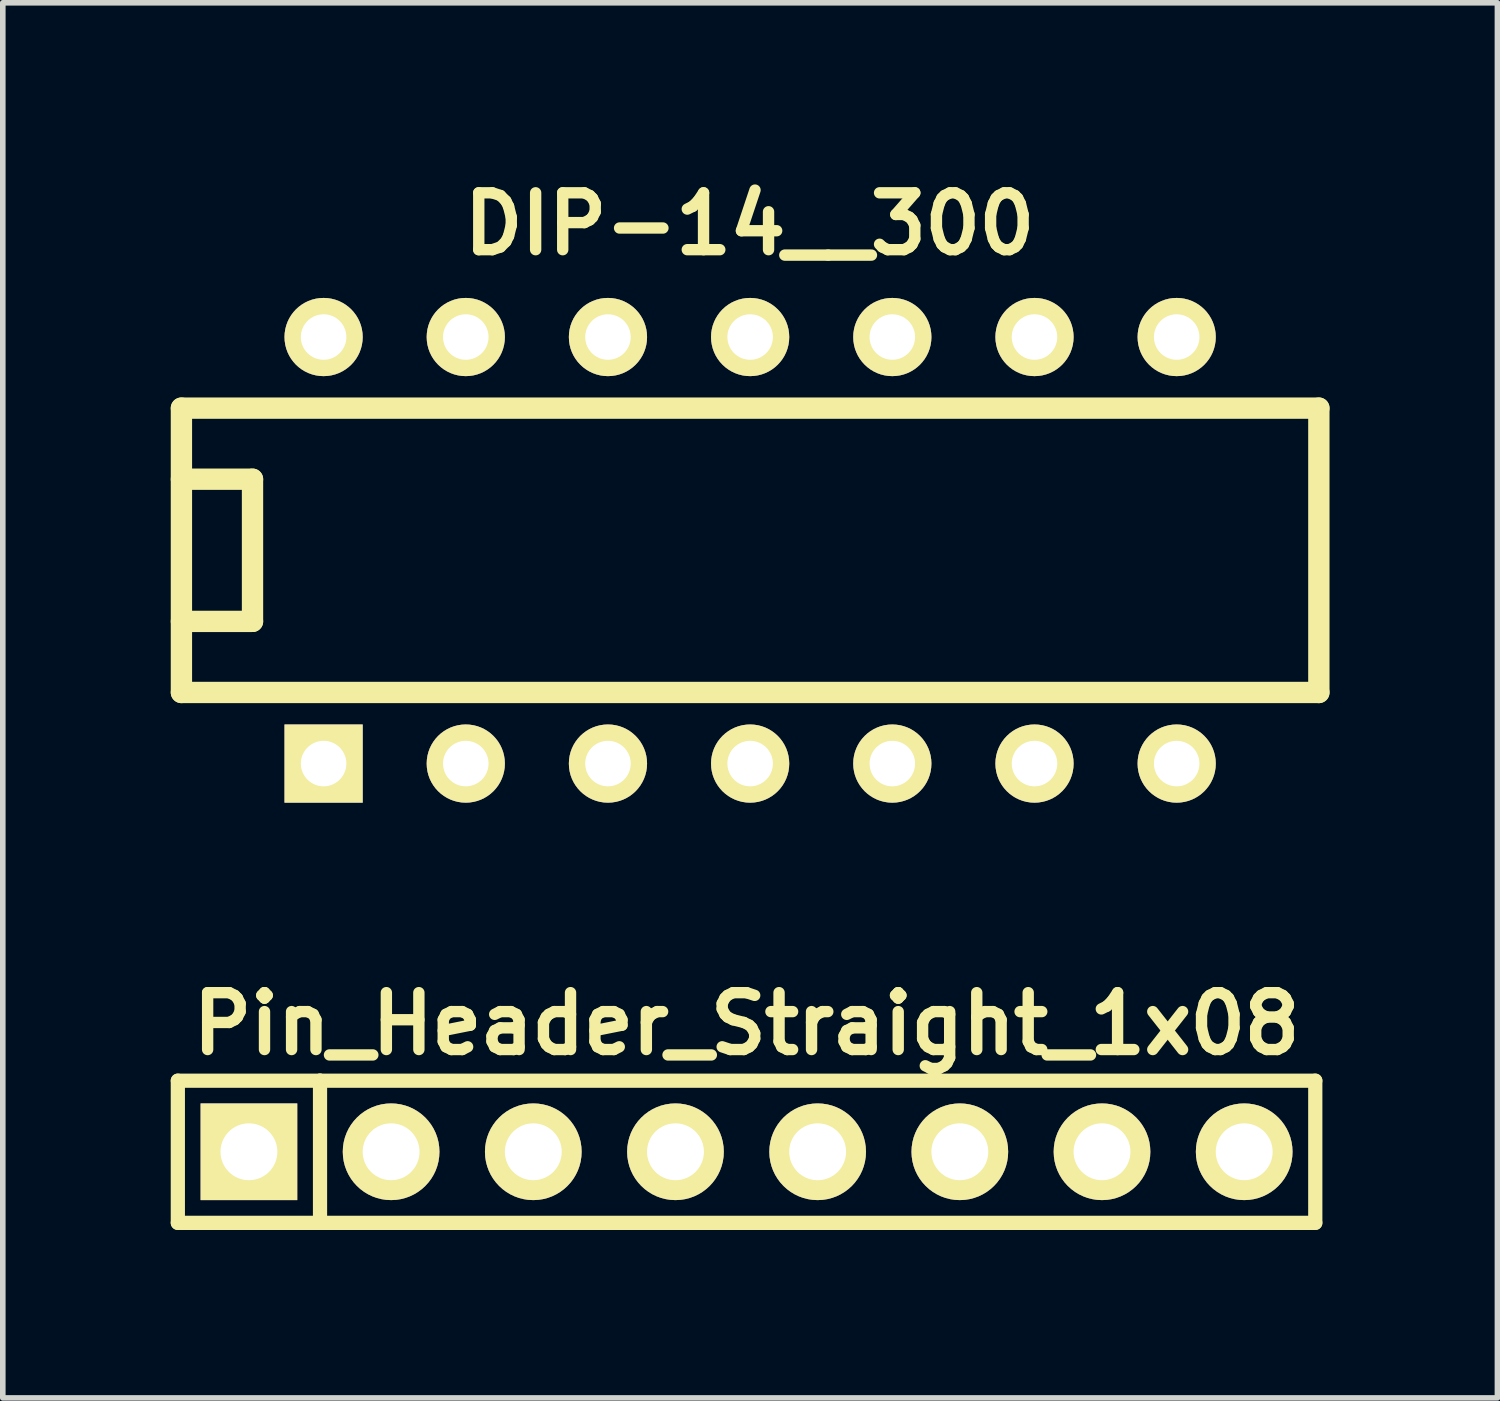
<source format=kicad_pcb>
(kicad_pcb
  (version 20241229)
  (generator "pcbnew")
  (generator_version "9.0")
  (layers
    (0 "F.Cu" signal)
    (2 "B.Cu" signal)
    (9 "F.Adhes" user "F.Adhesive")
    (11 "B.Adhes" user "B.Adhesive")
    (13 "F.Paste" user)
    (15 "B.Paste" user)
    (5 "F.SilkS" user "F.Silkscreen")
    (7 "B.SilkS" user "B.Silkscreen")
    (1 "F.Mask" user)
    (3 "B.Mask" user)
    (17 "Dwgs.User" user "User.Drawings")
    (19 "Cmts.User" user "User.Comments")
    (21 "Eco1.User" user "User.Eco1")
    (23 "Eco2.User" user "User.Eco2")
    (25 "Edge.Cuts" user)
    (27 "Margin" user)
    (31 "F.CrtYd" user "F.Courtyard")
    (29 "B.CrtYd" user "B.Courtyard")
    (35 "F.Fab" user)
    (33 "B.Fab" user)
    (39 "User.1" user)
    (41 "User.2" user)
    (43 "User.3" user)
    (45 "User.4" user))
  (footprint "DIP-14__300"
    (layer "F.Cu")
    (at 10.351 6.781)
    (property "Reference" "DIP-14__300" (at -0.01 -5.83 0) (layer "F.SilkS") (effects (font (size 1.016 1.016) (thickness 0.203))))
    (attr through_hole)
    (fp_line (start -10.16 -2.54) (end 10.16 -2.54) (stroke (width 0.381) (type solid)) (layer "F.SilkS"))
    (fp_line (start -10.16 -1.27) (end -8.89 -1.27) (stroke (width 0.381) (type solid)) (layer "F.SilkS"))
    (fp_line (start -10.16 2.54) (end -10.16 -2.54) (stroke (width 0.381) (type solid)) (layer "F.SilkS"))
    (fp_line (start -8.89 -1.27) (end -8.89 1.27) (stroke (width 0.381) (type solid)) (layer "F.SilkS"))
    (fp_line (start -8.89 1.27) (end -10.16 1.27) (stroke (width 0.381) (type solid)) (layer "F.SilkS"))
    (fp_line (start 10.16 -2.54) (end 10.16 2.54) (stroke (width 0.381) (type solid)) (layer "F.SilkS"))
    (fp_line (start 10.16 2.54) (end -10.16 2.54) (stroke (width 0.381) (type solid)) (layer "F.SilkS"))
    (pad "1" thru_hole rect (at -7.62 3.81) (size 1.397 1.397) (drill 0.813) (layers "*.Cu" "*.Mask" "F.SilkS"))
    (pad "2" thru_hole circle (at -5.08 3.81) (size 1.397 1.397) (drill 0.813) (layers "*.Cu" "*.Mask" "F.SilkS"))
    (pad "3" thru_hole circle (at -2.54 3.81) (size 1.397 1.397) (drill 0.813) (layers "*.Cu" "*.Mask" "F.SilkS"))
    (pad "4" thru_hole circle (at 0 3.81) (size 1.397 1.397) (drill 0.813) (layers "*.Cu" "*.Mask" "F.SilkS"))
    (pad "5" thru_hole circle (at 2.54 3.81) (size 1.397 1.397) (drill 0.813) (layers "*.Cu" "*.Mask" "F.SilkS"))
    (pad "6" thru_hole circle (at 5.08 3.81) (size 1.397 1.397) (drill 0.813) (layers "*.Cu" "*.Mask" "F.SilkS"))
    (pad "7" thru_hole circle (at 7.62 3.81) (size 1.397 1.397) (drill 0.813) (layers "*.Cu" "*.Mask" "F.SilkS"))
    (pad "8" thru_hole circle (at 7.62 -3.81) (size 1.397 1.397) (drill 0.813) (layers "*.Cu" "*.Mask" "F.SilkS"))
    (pad "9" thru_hole circle (at 5.08 -3.81) (size 1.397 1.397) (drill 0.813) (layers "*.Cu" "*.Mask" "F.SilkS"))
    (pad "10" thru_hole circle (at 2.54 -3.81) (size 1.397 1.397) (drill 0.813) (layers "*.Cu" "*.Mask" "F.SilkS"))
    (pad "11" thru_hole circle (at 0 -3.81) (size 1.397 1.397) (drill 0.813) (layers "*.Cu" "*.Mask" "F.SilkS"))
    (pad "12" thru_hole circle (at -2.54 -3.81) (size 1.397 1.397) (drill 0.813) (layers "*.Cu" "*.Mask" "F.SilkS"))
    (pad "13" thru_hole circle (at -5.08 -3.81) (size 1.397 1.397) (drill 0.813) (layers "*.Cu" "*.Mask" "F.SilkS"))
    (pad "14" thru_hole circle (at -7.62 -3.81) (size 1.397 1.397) (drill 0.813) (layers "*.Cu" "*.Mask" "F.SilkS")))
  (footprint "Pin_Header_Straight_1x08"
    (layer "F.Cu")
    (at 10.287 17.526)
    (property "Reference" "Pin_Header_Straight_1x08" (at 0 -2.286 0) (layer "F.SilkS") (effects (font (size 1.016 1.016) (thickness 0.203))))
    (attr through_hole)
    (fp_line (start -10.16 -1.27) (end -10.16 1.27) (stroke (width 0.254) (type solid)) (layer "F.SilkS"))
    (fp_line (start -10.16 -1.27) (end -7.62 -1.27) (stroke (width 0.254) (type solid)) (layer "F.SilkS"))
    (fp_line (start -10.16 1.27) (end -7.62 1.27) (stroke (width 0.254) (type solid)) (layer "F.SilkS"))
    (fp_line (start -7.62 -1.27) (end -7.62 1.27) (stroke (width 0.254) (type solid)) (layer "F.SilkS"))
    (fp_line (start -7.62 -1.27) (end 10.16 -1.27) (stroke (width 0.254) (type solid)) (layer "F.SilkS"))
    (fp_line (start 10.16 -1.27) (end 10.16 1.27) (stroke (width 0.254) (type solid)) (layer "F.SilkS"))
    (fp_line (start 10.16 1.27) (end -7.62 1.27) (stroke (width 0.254) (type solid)) (layer "F.SilkS"))
    (pad "1" thru_hole rect (at -8.89 0) (size 1.727 1.727) (drill 1.016) (layers "*.Cu" "*.Mask" "F.SilkS"))
    (pad "2" thru_hole circle (at -6.35 0) (size 1.727 1.727) (drill 1.016) (layers "*.Cu" "*.Mask" "F.SilkS"))
    (pad "3" thru_hole circle (at -3.81 0) (size 1.727 1.727) (drill 1.016) (layers "*.Cu" "*.Mask" "F.SilkS"))
    (pad "4" thru_hole circle (at -1.27 0) (size 1.727 1.727) (drill 1.016) (layers "*.Cu" "*.Mask" "F.SilkS"))
    (pad "5" thru_hole circle (at 1.27 0) (size 1.727 1.727) (drill 1.016) (layers "*.Cu" "*.Mask" "F.SilkS"))
    (pad "6" thru_hole circle (at 3.81 0) (size 1.727 1.727) (drill 1.016) (layers "*.Cu" "*.Mask" "F.SilkS"))
    (pad "7" thru_hole circle (at 6.35 0) (size 1.727 1.727) (drill 1.016) (layers "*.Cu" "*.Mask" "F.SilkS"))
    (pad "8" thru_hole circle (at 8.89 0) (size 1.727 1.727) (drill 1.016) (layers "*.Cu" "*.Mask" "F.SilkS")))
  (gr_rect
    (start -3 -3)
    (end 23.701 21.923)
    (stroke (width 0.1) (type default))
    (fill no)
    (layer "Edge.Cuts")))
</source>
